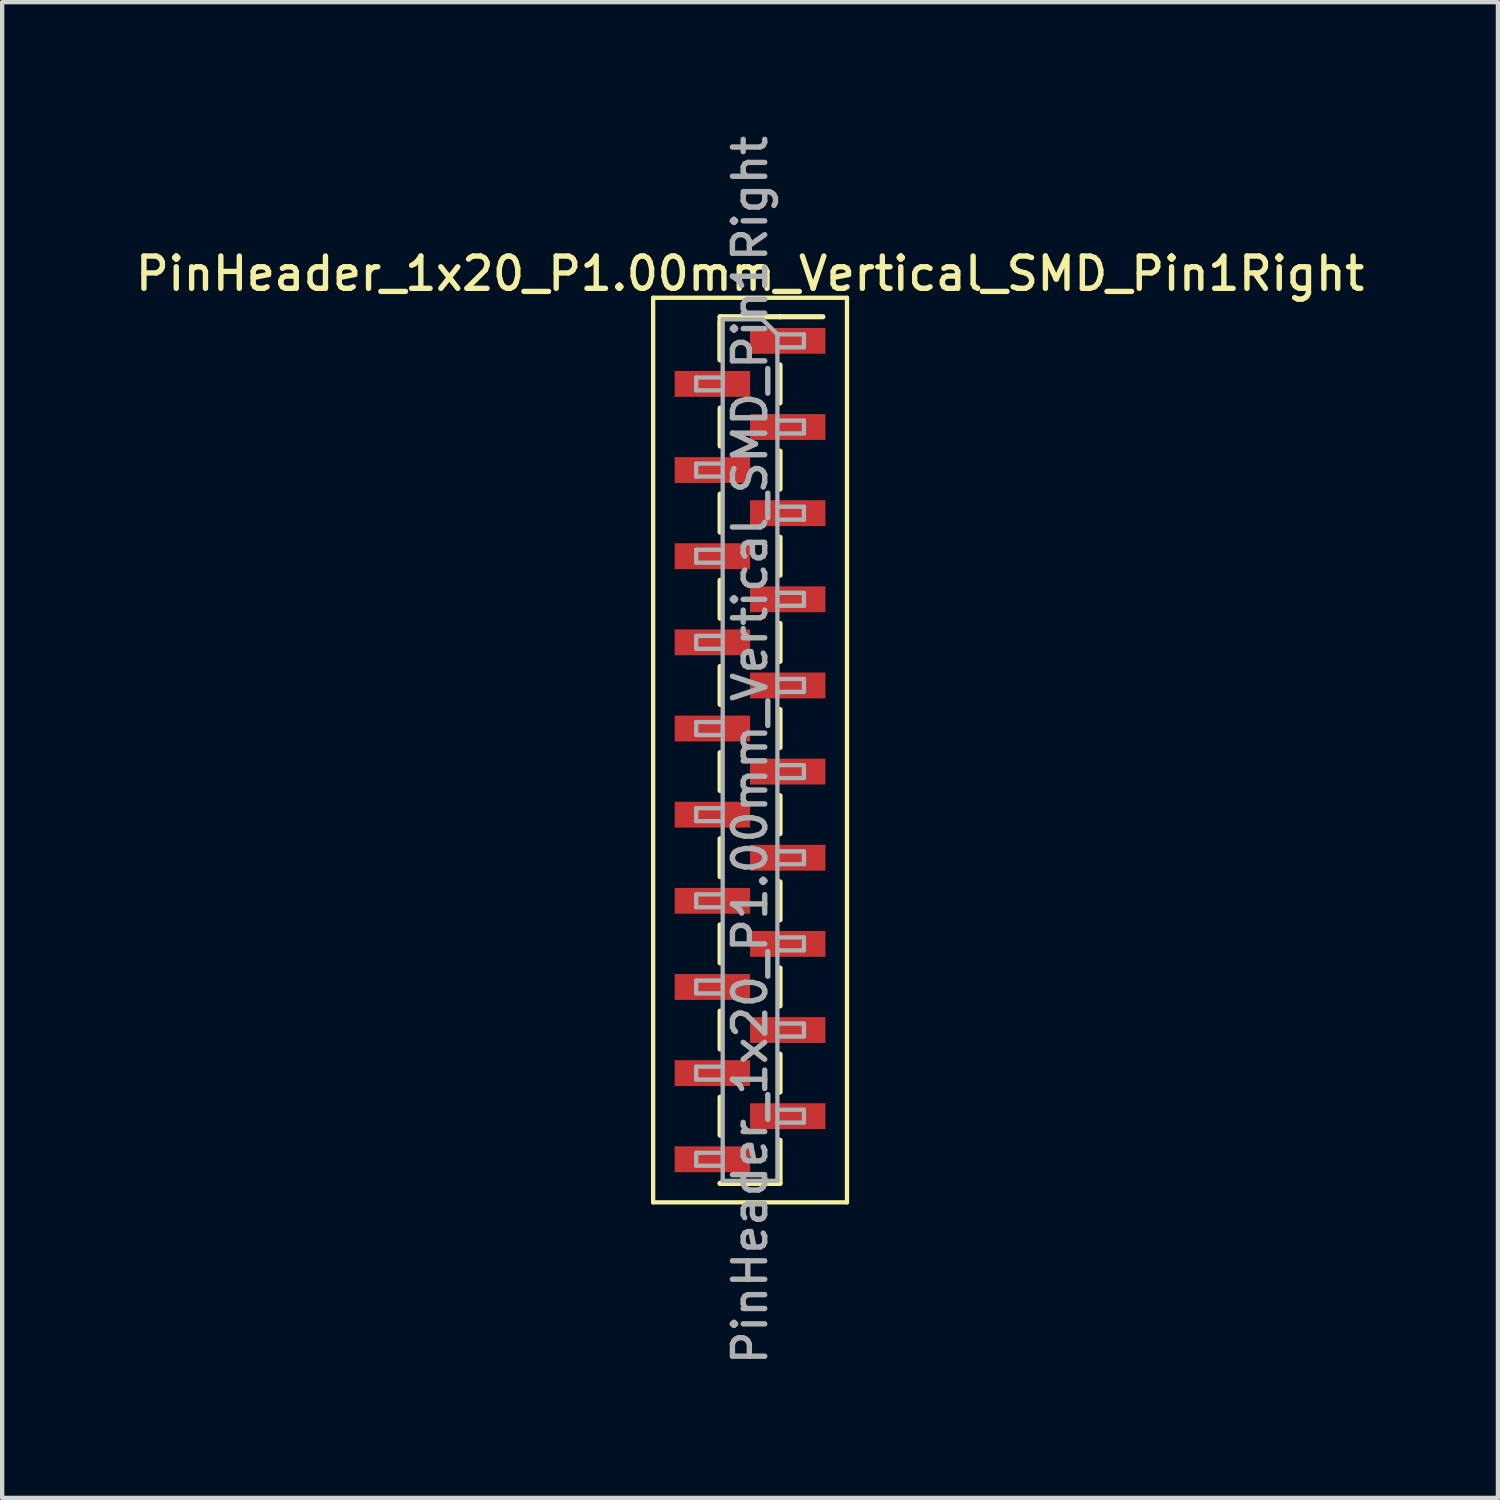
<source format=kicad_pcb>
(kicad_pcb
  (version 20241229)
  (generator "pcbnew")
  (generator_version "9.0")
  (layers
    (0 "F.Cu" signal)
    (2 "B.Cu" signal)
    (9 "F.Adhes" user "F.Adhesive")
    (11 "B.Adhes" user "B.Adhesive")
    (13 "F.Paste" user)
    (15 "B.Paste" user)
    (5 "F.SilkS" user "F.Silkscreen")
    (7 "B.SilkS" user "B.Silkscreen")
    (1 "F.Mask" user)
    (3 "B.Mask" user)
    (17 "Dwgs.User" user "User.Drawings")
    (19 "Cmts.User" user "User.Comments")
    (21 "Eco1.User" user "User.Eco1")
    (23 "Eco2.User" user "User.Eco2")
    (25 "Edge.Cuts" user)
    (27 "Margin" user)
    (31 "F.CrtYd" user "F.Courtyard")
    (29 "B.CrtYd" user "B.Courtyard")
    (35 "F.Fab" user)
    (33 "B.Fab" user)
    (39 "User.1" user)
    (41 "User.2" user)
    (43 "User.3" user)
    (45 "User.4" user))
  (footprint "PinHeader_1x20_P1.00mm_Vertical_SMD_Pin1Right"
    (layer "F.Cu")
    (at 14.363 14.363)
    (property "Reference" "PinHeader_1x20_P1.00mm_Vertical_SMD_Pin1Right" (at 0 -11.06 0) (layer "F.SilkS") (effects (font (size 0.75 0.75) (thickness 0.125))))
    (attr smd)
    (fp_line (start -2.25 -10.5) (end -2.25 10.5) (stroke (width 0.1) (type solid)) (layer "F.SilkS"))
    (fp_line (start -2.25 10.5) (end 2.25 10.5) (stroke (width 0.1) (type solid)) (layer "F.SilkS"))
    (fp_line (start -0.695 -10.06) (end -0.695 -9.06) (stroke (width 0.12) (type solid)) (layer "F.SilkS"))
    (fp_line (start -0.695 -10.06) (end 0.695 -10.06) (stroke (width 0.12) (type solid)) (layer "F.SilkS"))
    (fp_line (start -0.695 -9.94) (end -0.695 -9.06) (stroke (width 0.12) (type solid)) (layer "F.SilkS"))
    (fp_line (start -0.695 -7.94) (end -0.695 -7.06) (stroke (width 0.12) (type solid)) (layer "F.SilkS"))
    (fp_line (start -0.695 -5.94) (end -0.695 -5.06) (stroke (width 0.12) (type solid)) (layer "F.SilkS"))
    (fp_line (start -0.695 -3.94) (end -0.695 -3.06) (stroke (width 0.12) (type solid)) (layer "F.SilkS"))
    (fp_line (start -0.695 -1.94) (end -0.695 -1.06) (stroke (width 0.12) (type solid)) (layer "F.SilkS"))
    (fp_line (start -0.695 0.06) (end -0.695 0.94) (stroke (width 0.12) (type solid)) (layer "F.SilkS"))
    (fp_line (start -0.695 2.06) (end -0.695 2.94) (stroke (width 0.12) (type solid)) (layer "F.SilkS"))
    (fp_line (start -0.695 4.06) (end -0.695 4.94) (stroke (width 0.12) (type solid)) (layer "F.SilkS"))
    (fp_line (start -0.695 6.06) (end -0.695 6.94) (stroke (width 0.12) (type solid)) (layer "F.SilkS"))
    (fp_line (start -0.695 8.06) (end -0.695 8.94) (stroke (width 0.12) (type solid)) (layer "F.SilkS"))
    (fp_line (start -0.695 10.06) (end -0.695 10.06) (stroke (width 0.12) (type solid)) (layer "F.SilkS"))
    (fp_line (start -0.695 10.06) (end 0.695 10.06) (stroke (width 0.12) (type solid)) (layer "F.SilkS"))
    (fp_line (start 0.695 -10.06) (end 0.695 -10.06) (stroke (width 0.12) (type solid)) (layer "F.SilkS"))
    (fp_line (start 0.695 -10.06) (end 1.69 -10.06) (stroke (width 0.12) (type solid)) (layer "F.SilkS"))
    (fp_line (start 0.695 -8.94) (end 0.695 -8.06) (stroke (width 0.12) (type solid)) (layer "F.SilkS"))
    (fp_line (start 0.695 -6.94) (end 0.695 -6.06) (stroke (width 0.12) (type solid)) (layer "F.SilkS"))
    (fp_line (start 0.695 -4.94) (end 0.695 -4.06) (stroke (width 0.12) (type solid)) (layer "F.SilkS"))
    (fp_line (start 0.695 -2.94) (end 0.695 -2.06) (stroke (width 0.12) (type solid)) (layer "F.SilkS"))
    (fp_line (start 0.695 -0.94) (end 0.695 -0.06) (stroke (width 0.12) (type solid)) (layer "F.SilkS"))
    (fp_line (start 0.695 1.06) (end 0.695 1.94) (stroke (width 0.12) (type solid)) (layer "F.SilkS"))
    (fp_line (start 0.695 3.06) (end 0.695 3.94) (stroke (width 0.12) (type solid)) (layer "F.SilkS"))
    (fp_line (start 0.695 5.06) (end 0.695 5.94) (stroke (width 0.12) (type solid)) (layer "F.SilkS"))
    (fp_line (start 0.695 7.06) (end 0.695 7.94) (stroke (width 0.12) (type solid)) (layer "F.SilkS"))
    (fp_line (start 0.695 9.06) (end 0.695 10.06) (stroke (width 0.12) (type solid)) (layer "F.SilkS"))
    (fp_line (start 2.25 -10.5) (end -2.25 -10.5) (stroke (width 0.1) (type solid)) (layer "F.SilkS"))
    (fp_line (start 2.25 10.5) (end 2.25 -10.5) (stroke (width 0.1) (type solid)) (layer "F.SilkS"))
    (fp_line (start -1.25 -8.65) (end -1.25 -8.35) (stroke (width 0.1) (type solid)) (layer "F.Fab"))
    (fp_line (start -1.25 -8.35) (end -0.635 -8.35) (stroke (width 0.1) (type solid)) (layer "F.Fab"))
    (fp_line (start -1.25 -6.65) (end -1.25 -6.35) (stroke (width 0.1) (type solid)) (layer "F.Fab"))
    (fp_line (start -1.25 -6.35) (end -0.635 -6.35) (stroke (width 0.1) (type solid)) (layer "F.Fab"))
    (fp_line (start -1.25 -4.65) (end -1.25 -4.35) (stroke (width 0.1) (type solid)) (layer "F.Fab"))
    (fp_line (start -1.25 -4.35) (end -0.635 -4.35) (stroke (width 0.1) (type solid)) (layer "F.Fab"))
    (fp_line (start -1.25 -2.65) (end -1.25 -2.35) (stroke (width 0.1) (type solid)) (layer "F.Fab"))
    (fp_line (start -1.25 -2.35) (end -0.635 -2.35) (stroke (width 0.1) (type solid)) (layer "F.Fab"))
    (fp_line (start -1.25 -0.65) (end -1.25 -0.35) (stroke (width 0.1) (type solid)) (layer "F.Fab"))
    (fp_line (start -1.25 -0.35) (end -0.635 -0.35) (stroke (width 0.1) (type solid)) (layer "F.Fab"))
    (fp_line (start -1.25 1.35) (end -1.25 1.65) (stroke (width 0.1) (type solid)) (layer "F.Fab"))
    (fp_line (start -1.25 1.65) (end -0.635 1.65) (stroke (width 0.1) (type solid)) (layer "F.Fab"))
    (fp_line (start -1.25 3.35) (end -1.25 3.65) (stroke (width 0.1) (type solid)) (layer "F.Fab"))
    (fp_line (start -1.25 3.65) (end -0.635 3.65) (stroke (width 0.1) (type solid)) (layer "F.Fab"))
    (fp_line (start -1.25 5.35) (end -1.25 5.65) (stroke (width 0.1) (type solid)) (layer "F.Fab"))
    (fp_line (start -1.25 5.65) (end -0.635 5.65) (stroke (width 0.1) (type solid)) (layer "F.Fab"))
    (fp_line (start -1.25 7.35) (end -1.25 7.65) (stroke (width 0.1) (type solid)) (layer "F.Fab"))
    (fp_line (start -1.25 7.65) (end -0.635 7.65) (stroke (width 0.1) (type solid)) (layer "F.Fab"))
    (fp_line (start -1.25 9.35) (end -1.25 9.65) (stroke (width 0.1) (type solid)) (layer "F.Fab"))
    (fp_line (start -1.25 9.65) (end -0.635 9.65) (stroke (width 0.1) (type solid)) (layer "F.Fab"))
    (fp_line (start -0.635 -10) (end -0.635 10) (stroke (width 0.1) (type solid)) (layer "F.Fab"))
    (fp_line (start -0.635 -10) (end 0.285 -10) (stroke (width 0.1) (type solid)) (layer "F.Fab"))
    (fp_line (start -0.635 -8.65) (end -1.25 -8.65) (stroke (width 0.1) (type solid)) (layer "F.Fab"))
    (fp_line (start -0.635 -6.65) (end -1.25 -6.65) (stroke (width 0.1) (type solid)) (layer "F.Fab"))
    (fp_line (start -0.635 -4.65) (end -1.25 -4.65) (stroke (width 0.1) (type solid)) (layer "F.Fab"))
    (fp_line (start -0.635 -2.65) (end -1.25 -2.65) (stroke (width 0.1) (type solid)) (layer "F.Fab"))
    (fp_line (start -0.635 -0.65) (end -1.25 -0.65) (stroke (width 0.1) (type solid)) (layer "F.Fab"))
    (fp_line (start -0.635 1.35) (end -1.25 1.35) (stroke (width 0.1) (type solid)) (layer "F.Fab"))
    (fp_line (start -0.635 3.35) (end -1.25 3.35) (stroke (width 0.1) (type solid)) (layer "F.Fab"))
    (fp_line (start -0.635 5.35) (end -1.25 5.35) (stroke (width 0.1) (type solid)) (layer "F.Fab"))
    (fp_line (start -0.635 7.35) (end -1.25 7.35) (stroke (width 0.1) (type solid)) (layer "F.Fab"))
    (fp_line (start -0.635 9.35) (end -1.25 9.35) (stroke (width 0.1) (type solid)) (layer "F.Fab"))
    (fp_line (start 0.635 -9.65) (end 0.285 -10) (stroke (width 0.1) (type solid)) (layer "F.Fab"))
    (fp_line (start 0.635 -9.65) (end 1.25 -9.65) (stroke (width 0.1) (type solid)) (layer "F.Fab"))
    (fp_line (start 0.635 -7.65) (end 1.25 -7.65) (stroke (width 0.1) (type solid)) (layer "F.Fab"))
    (fp_line (start 0.635 -5.65) (end 1.25 -5.65) (stroke (width 0.1) (type solid)) (layer "F.Fab"))
    (fp_line (start 0.635 -3.65) (end 1.25 -3.65) (stroke (width 0.1) (type solid)) (layer "F.Fab"))
    (fp_line (start 0.635 -1.65) (end 1.25 -1.65) (stroke (width 0.1) (type solid)) (layer "F.Fab"))
    (fp_line (start 0.635 0.35) (end 1.25 0.35) (stroke (width 0.1) (type solid)) (layer "F.Fab"))
    (fp_line (start 0.635 2.35) (end 1.25 2.35) (stroke (width 0.1) (type solid)) (layer "F.Fab"))
    (fp_line (start 0.635 4.35) (end 1.25 4.35) (stroke (width 0.1) (type solid)) (layer "F.Fab"))
    (fp_line (start 0.635 6.35) (end 1.25 6.35) (stroke (width 0.1) (type solid)) (layer "F.Fab"))
    (fp_line (start 0.635 8.35) (end 1.25 8.35) (stroke (width 0.1) (type solid)) (layer "F.Fab"))
    (fp_line (start 0.635 10) (end -0.635 10) (stroke (width 0.1) (type solid)) (layer "F.Fab"))
    (fp_line (start 0.635 10) (end 0.635 -9.65) (stroke (width 0.1) (type solid)) (layer "F.Fab"))
    (fp_line (start 1.25 -9.65) (end 1.25 -9.35) (stroke (width 0.1) (type solid)) (layer "F.Fab"))
    (fp_line (start 1.25 -9.35) (end 0.635 -9.35) (stroke (width 0.1) (type solid)) (layer "F.Fab"))
    (fp_line (start 1.25 -7.65) (end 1.25 -7.35) (stroke (width 0.1) (type solid)) (layer "F.Fab"))
    (fp_line (start 1.25 -7.35) (end 0.635 -7.35) (stroke (width 0.1) (type solid)) (layer "F.Fab"))
    (fp_line (start 1.25 -5.65) (end 1.25 -5.35) (stroke (width 0.1) (type solid)) (layer "F.Fab"))
    (fp_line (start 1.25 -5.35) (end 0.635 -5.35) (stroke (width 0.1) (type solid)) (layer "F.Fab"))
    (fp_line (start 1.25 -3.65) (end 1.25 -3.35) (stroke (width 0.1) (type solid)) (layer "F.Fab"))
    (fp_line (start 1.25 -3.35) (end 0.635 -3.35) (stroke (width 0.1) (type solid)) (layer "F.Fab"))
    (fp_line (start 1.25 -1.65) (end 1.25 -1.35) (stroke (width 0.1) (type solid)) (layer "F.Fab"))
    (fp_line (start 1.25 -1.35) (end 0.635 -1.35) (stroke (width 0.1) (type solid)) (layer "F.Fab"))
    (fp_line (start 1.25 0.35) (end 1.25 0.65) (stroke (width 0.1) (type solid)) (layer "F.Fab"))
    (fp_line (start 1.25 0.65) (end 0.635 0.65) (stroke (width 0.1) (type solid)) (layer "F.Fab"))
    (fp_line (start 1.25 2.35) (end 1.25 2.65) (stroke (width 0.1) (type solid)) (layer "F.Fab"))
    (fp_line (start 1.25 2.65) (end 0.635 2.65) (stroke (width 0.1) (type solid)) (layer "F.Fab"))
    (fp_line (start 1.25 4.35) (end 1.25 4.65) (stroke (width 0.1) (type solid)) (layer "F.Fab"))
    (fp_line (start 1.25 4.65) (end 0.635 4.65) (stroke (width 0.1) (type solid)) (layer "F.Fab"))
    (fp_line (start 1.25 6.35) (end 1.25 6.65) (stroke (width 0.1) (type solid)) (layer "F.Fab"))
    (fp_line (start 1.25 6.65) (end 0.635 6.65) (stroke (width 0.1) (type solid)) (layer "F.Fab"))
    (fp_line (start 1.25 8.35) (end 1.25 8.65) (stroke (width 0.1) (type solid)) (layer "F.Fab"))
    (fp_line (start 1.25 8.65) (end 0.635 8.65) (stroke (width 0.1) (type solid)) (layer "F.Fab"))
    (fp_text user "${REFERENCE}" (at 0 0 90) (layer "F.Fab") (effects (font (size 0.75 0.75) (thickness 0.125))))
    (pad "1" smd rect (at 0.875 -9.5) (size 1.75 0.6) (layers "F.Cu" "F.Mask" "F.Paste"))
    (pad "2" smd rect (at -0.875 -8.5) (size 1.75 0.6) (layers "F.Cu" "F.Mask" "F.Paste"))
    (pad "3" smd rect (at 0.875 -7.5) (size 1.75 0.6) (layers "F.Cu" "F.Mask" "F.Paste"))
    (pad "4" smd rect (at -0.875 -6.5) (size 1.75 0.6) (layers "F.Cu" "F.Mask" "F.Paste"))
    (pad "5" smd rect (at 0.875 -5.5) (size 1.75 0.6) (layers "F.Cu" "F.Mask" "F.Paste"))
    (pad "6" smd rect (at -0.875 -4.5) (size 1.75 0.6) (layers "F.Cu" "F.Mask" "F.Paste"))
    (pad "7" smd rect (at 0.875 -3.5) (size 1.75 0.6) (layers "F.Cu" "F.Mask" "F.Paste"))
    (pad "8" smd rect (at -0.875 -2.5) (size 1.75 0.6) (layers "F.Cu" "F.Mask" "F.Paste"))
    (pad "9" smd rect (at 0.875 -1.5) (size 1.75 0.6) (layers "F.Cu" "F.Mask" "F.Paste"))
    (pad "10" smd rect (at -0.875 -0.5) (size 1.75 0.6) (layers "F.Cu" "F.Mask" "F.Paste"))
    (pad "11" smd rect (at 0.875 0.5) (size 1.75 0.6) (layers "F.Cu" "F.Mask" "F.Paste"))
    (pad "12" smd rect (at -0.875 1.5) (size 1.75 0.6) (layers "F.Cu" "F.Mask" "F.Paste"))
    (pad "13" smd rect (at 0.875 2.5) (size 1.75 0.6) (layers "F.Cu" "F.Mask" "F.Paste"))
    (pad "14" smd rect (at -0.875 3.5) (size 1.75 0.6) (layers "F.Cu" "F.Mask" "F.Paste"))
    (pad "15" smd rect (at 0.875 4.5) (size 1.75 0.6) (layers "F.Cu" "F.Mask" "F.Paste"))
    (pad "16" smd rect (at -0.875 5.5) (size 1.75 0.6) (layers "F.Cu" "F.Mask" "F.Paste"))
    (pad "17" smd rect (at 0.875 6.5) (size 1.75 0.6) (layers "F.Cu" "F.Mask" "F.Paste"))
    (pad "18" smd rect (at -0.875 7.5) (size 1.75 0.6) (layers "F.Cu" "F.Mask" "F.Paste"))
    (pad "19" smd rect (at 0.875 8.5) (size 1.75 0.6) (layers "F.Cu" "F.Mask" "F.Paste"))
    (pad "20" smd rect (at -0.875 9.5) (size 1.75 0.6) (layers "F.Cu" "F.Mask" "F.Paste")))
  (gr_rect
    (start -3 -3)
    (end 31.725 31.725)
    (stroke (width 0.1) (type default))
    (fill no)
    (layer "Edge.Cuts")))
</source>
